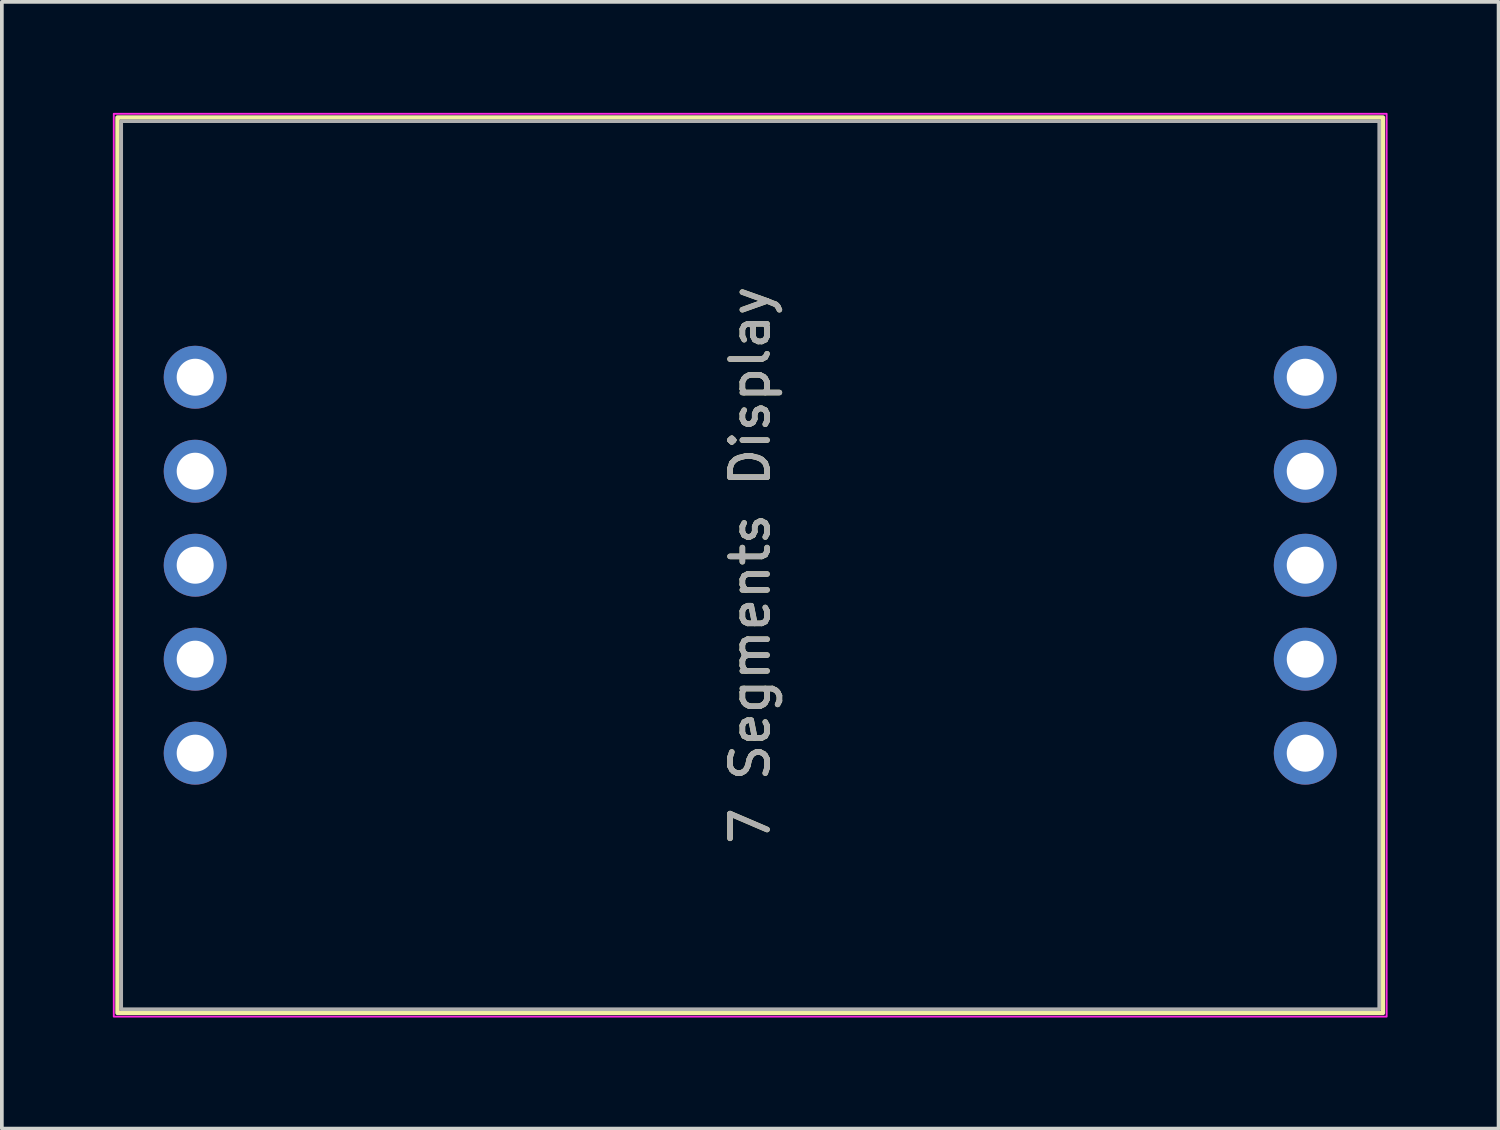
<source format=kicad_pcb>
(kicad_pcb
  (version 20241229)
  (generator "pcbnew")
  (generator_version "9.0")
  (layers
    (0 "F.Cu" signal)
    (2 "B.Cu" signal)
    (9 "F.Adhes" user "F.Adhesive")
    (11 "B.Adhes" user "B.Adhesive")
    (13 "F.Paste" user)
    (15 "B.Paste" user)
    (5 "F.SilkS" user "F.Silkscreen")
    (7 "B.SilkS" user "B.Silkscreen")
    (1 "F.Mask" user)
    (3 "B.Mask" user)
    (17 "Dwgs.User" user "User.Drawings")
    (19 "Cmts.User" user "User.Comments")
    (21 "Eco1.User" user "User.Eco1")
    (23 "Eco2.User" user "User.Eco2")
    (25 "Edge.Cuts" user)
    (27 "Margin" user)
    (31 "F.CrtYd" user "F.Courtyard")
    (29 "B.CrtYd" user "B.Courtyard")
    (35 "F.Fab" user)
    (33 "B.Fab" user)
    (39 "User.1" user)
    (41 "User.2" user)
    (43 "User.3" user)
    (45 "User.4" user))
  (footprint "7 Segments Display"
    (layer "F.Cu")
    (at 17.225 12.225)
    (property "Reference" "7 Segments Display" (at 0 0 90) (layer "F.SilkS") (effects (font (size 1 1) (thickness 0.15))))
    (attr through_hole)
    (fp_rect (start -17.1 -12.1) (end 17.1 12.1) (stroke (width 0.12) (type solid)) (fill no) (layer "F.SilkS"))
    (fp_rect (start -17.2 -12.2) (end 17.2 12.2) (stroke (width 0.05) (type solid)) (fill no) (layer "F.CrtYd"))
    (fp_rect (start -17 -12) (end 17 12) (stroke (width 0.1) (type solid)) (fill no) (layer "F.Fab"))
    (fp_text user "${REFERENCE}" (at 0 0 90) (layer "F.Fab") (effects (font (size 1 1) (thickness 0.15))))
    (pad "1" thru_hole circle (at -15 -5.08) (size 1.7 1.7) (drill 1) (layers "*.Cu" "*.Mask"))
    (pad "2" thru_hole circle (at -15 -2.54) (size 1.7 1.7) (drill 1) (layers "*.Cu" "*.Mask"))
    (pad "3" thru_hole circle (at -15 0) (size 1.7 1.7) (drill 1) (layers "*.Cu" "*.Mask"))
    (pad "4" thru_hole circle (at -15 2.54) (size 1.7 1.7) (drill 1) (layers "*.Cu" "*.Mask"))
    (pad "5" thru_hole circle (at -15 5.08) (size 1.7 1.7) (drill 1) (layers "*.Cu" "*.Mask"))
    (pad "6" thru_hole circle (at 15 5.08) (size 1.7 1.7) (drill 1) (layers "*.Cu" "*.Mask"))
    (pad "7" thru_hole circle (at 15 2.54) (size 1.7 1.7) (drill 1) (layers "*.Cu" "*.Mask"))
    (pad "8" thru_hole circle (at 15 0) (size 1.7 1.7) (drill 1) (layers "*.Cu" "*.Mask"))
    (pad "9" thru_hole circle (at 15 -2.54) (size 1.7 1.7) (drill 1) (layers "*.Cu" "*.Mask"))
    (pad "10" thru_hole circle (at 15 -5.08) (size 1.7 1.7) (drill 1) (layers "*.Cu" "*.Mask")))
  (gr_rect
    (start -3 -3)
    (end 37.45 27.45)
    (stroke (width 0.1) (type default))
    (fill no)
    (layer "Edge.Cuts")))
</source>
